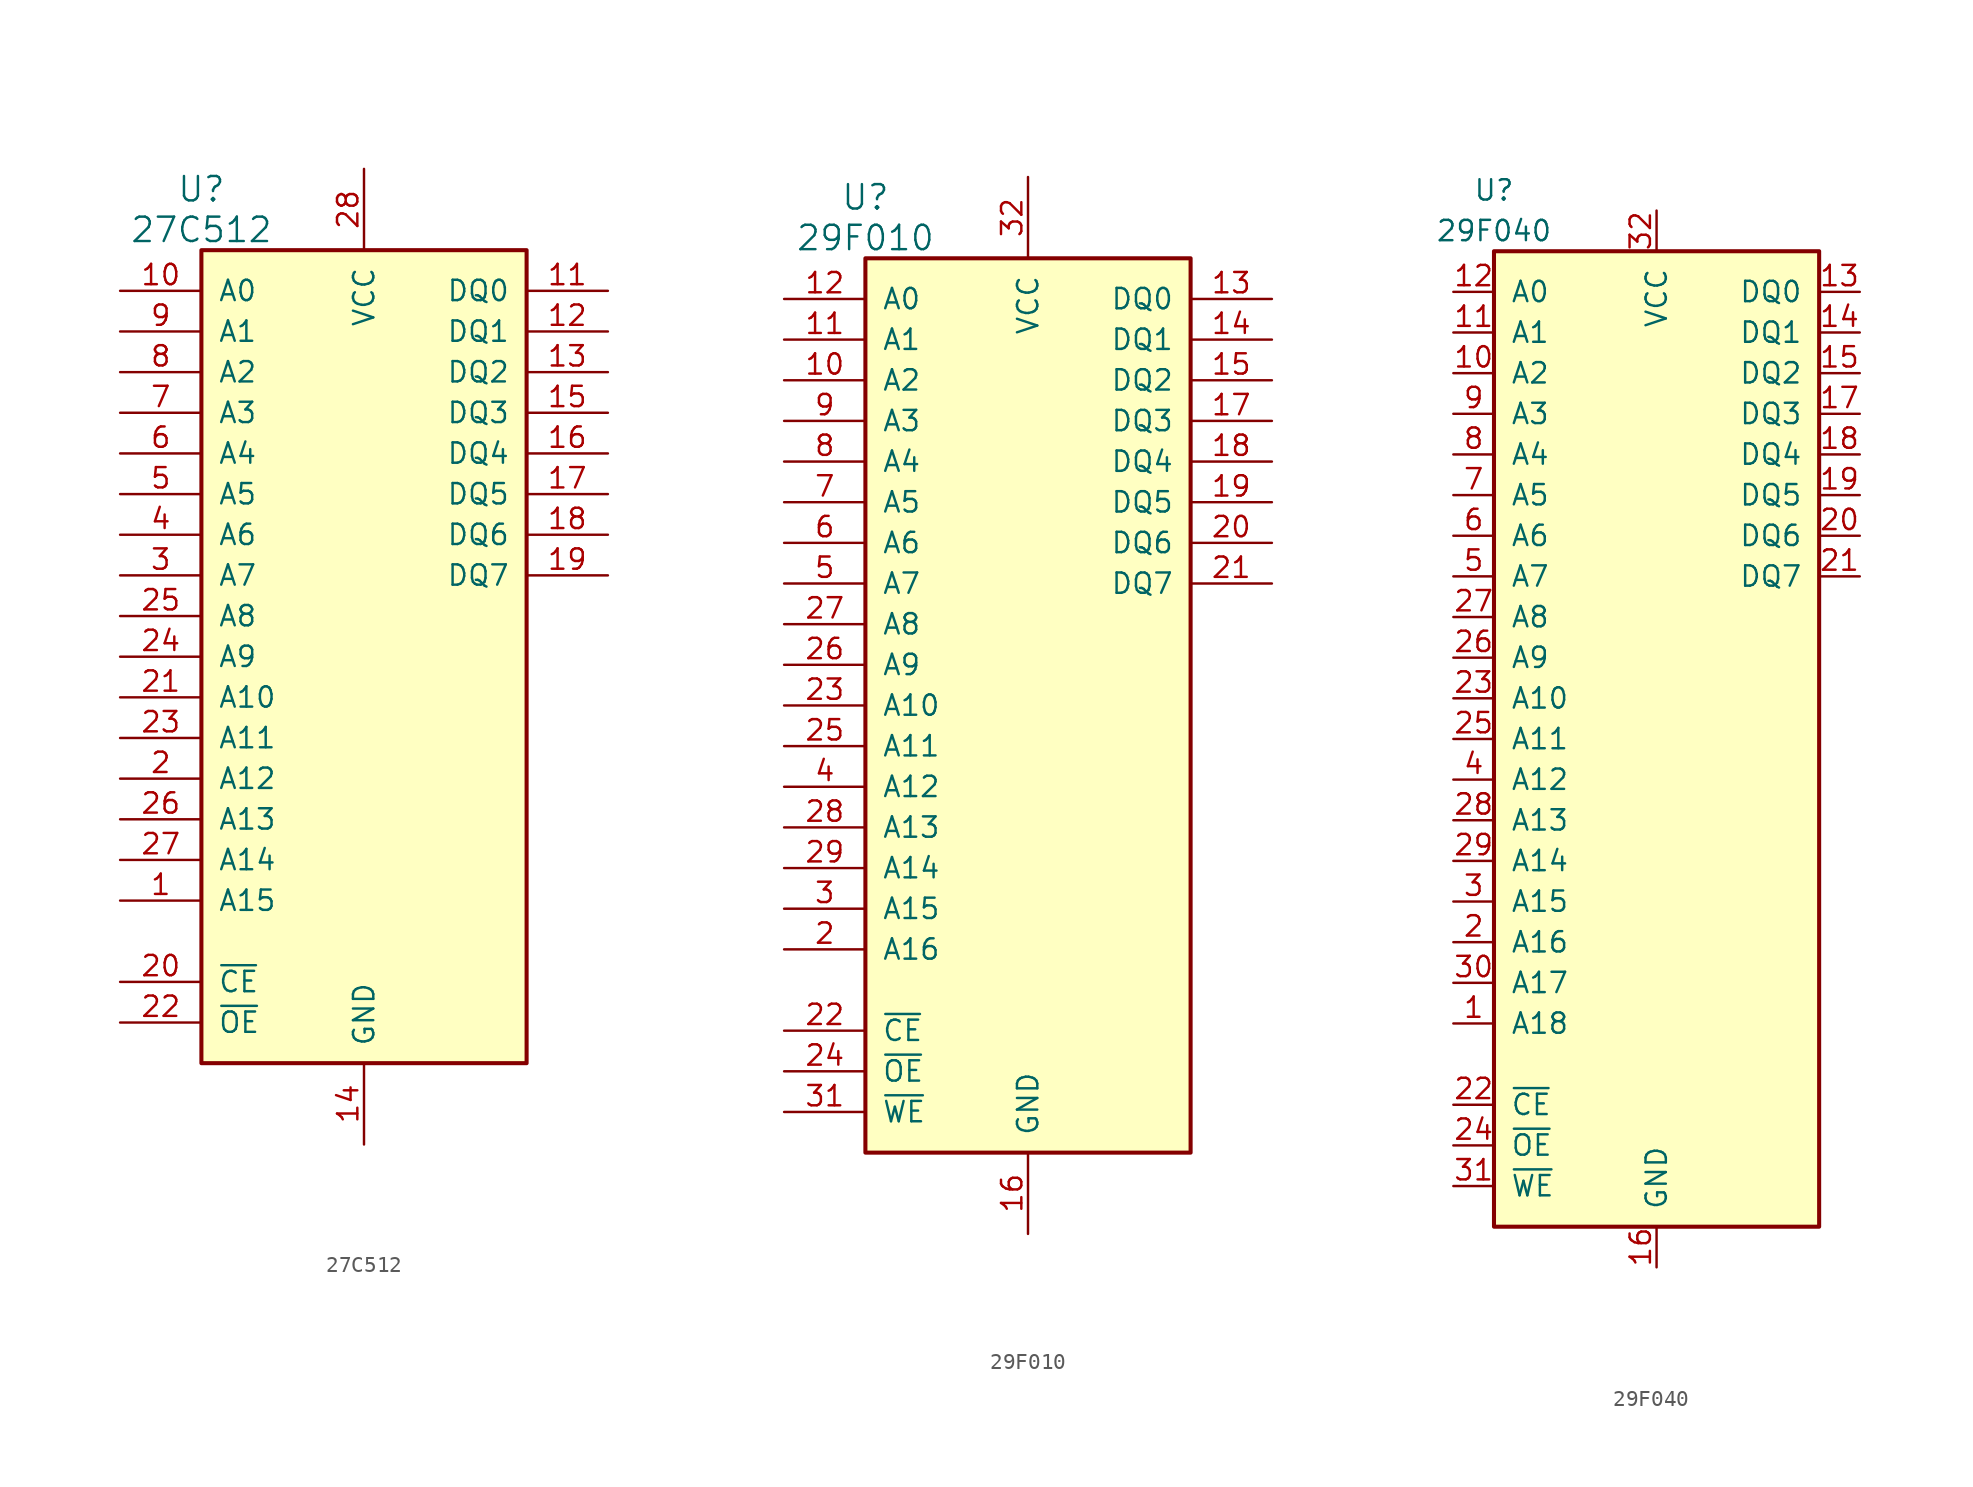
<source format=kicad_sym>
(kicad_symbol_lib
  (version 20211014)
  (generator kicad_symbol_editor)
  (symbol "27C512"
    (pin_names
      (offset 1.016))
    (property "Reference" "U"
      (at -10.16 29.21 0)
      (effects (font (size 1.524 1.524))))
    (property "Value" "27C512"
      (at -10.16 26.67 0)
      (effects (font (size 1.524 1.524))))
    (property "Footprint" ""
      (at 0 -1.27 0)
      (effects (font (size 1.524 1.524))))
    (property "Datasheet" ""
      (at 0 -1.27 0)
      (effects (font (size 1.524 1.524))))
    (symbol "27C512_0_1"
      (rectangle (start -10.16 25.4) (end 10.16 -25.4) (stroke (width 0.254) (type default) (color 0 0 0 0)) (fill (type background))))
    (symbol "27C512_1_1"
      (pin input line (at -15.24 -15.24 0) (length 5.08) (name "A15" (effects (font (size 1.27 1.27)))) (number "1" (effects (font (size 1.27 1.27)))))
      (pin input line (at -15.24 22.86 0) (length 5.08) (name "A0" (effects (font (size 1.27 1.27)))) (number "10" (effects (font (size 1.27 1.27)))))
      (pin bidirectional line (at 15.24 22.86 180) (length 5.08) (name "DQ0" (effects (font (size 1.27 1.27)))) (number "11" (effects (font (size 1.27 1.27)))))
      (pin bidirectional line (at 15.24 20.32 180) (length 5.08) (name "DQ1" (effects (font (size 1.27 1.27)))) (number "12" (effects (font (size 1.27 1.27)))))
      (pin bidirectional line (at 15.24 17.78 180) (length 5.08) (name "DQ2" (effects (font (size 1.27 1.27)))) (number "13" (effects (font (size 1.27 1.27)))))
      (pin power_in line (at 0 -30.48 90) (length 5.08) (name "GND" (effects (font (size 1.27 1.27)))) (number "14" (effects (font (size 1.27 1.27)))))
      (pin bidirectional line (at 15.24 15.24 180) (length 5.08) (name "DQ3" (effects (font (size 1.27 1.27)))) (number "15" (effects (font (size 1.27 1.27)))))
      (pin bidirectional line (at 15.24 12.7 180) (length 5.08) (name "DQ4" (effects (font (size 1.27 1.27)))) (number "16" (effects (font (size 1.27 1.27)))))
      (pin bidirectional line (at 15.24 10.16 180) (length 5.08) (name "DQ5" (effects (font (size 1.27 1.27)))) (number "17" (effects (font (size 1.27 1.27)))))
      (pin bidirectional line (at 15.24 7.62 180) (length 5.08) (name "DQ6" (effects (font (size 1.27 1.27)))) (number "18" (effects (font (size 1.27 1.27)))))
      (pin bidirectional line (at 15.24 5.08 180) (length 5.08) (name "DQ7" (effects (font (size 1.27 1.27)))) (number "19" (effects (font (size 1.27 1.27)))))
      (pin input line (at -15.24 -7.62 0) (length 5.08) (name "A12" (effects (font (size 1.27 1.27)))) (number "2" (effects (font (size 1.27 1.27)))))
      (pin input line (at -15.24 -20.32 0) (length 5.08) (name "~{CE}" (effects (font (size 1.27 1.27)))) (number "20" (effects (font (size 1.27 1.27)))))
      (pin input line (at -15.24 -2.54 0) (length 5.08) (name "A10" (effects (font (size 1.27 1.27)))) (number "21" (effects (font (size 1.27 1.27)))))
      (pin input line (at -15.24 -22.86 0) (length 5.08) (name "~{OE}" (effects (font (size 1.27 1.27)))) (number "22" (effects (font (size 1.27 1.27)))))
      (pin input line (at -15.24 -5.08 0) (length 5.08) (name "A11" (effects (font (size 1.27 1.27)))) (number "23" (effects (font (size 1.27 1.27)))))
      (pin input line (at -15.24 0 0) (length 5.08) (name "A9" (effects (font (size 1.27 1.27)))) (number "24" (effects (font (size 1.27 1.27)))))
      (pin input line (at -15.24 2.54 0) (length 5.08) (name "A8" (effects (font (size 1.27 1.27)))) (number "25" (effects (font (size 1.27 1.27)))))
      (pin input line (at -15.24 -10.16 0) (length 5.08) (name "A13" (effects (font (size 1.27 1.27)))) (number "26" (effects (font (size 1.27 1.27)))))
      (pin input line (at -15.24 -12.7 0) (length 5.08) (name "A14" (effects (font (size 1.27 1.27)))) (number "27" (effects (font (size 1.27 1.27)))))
      (pin power_in line (at 0 30.48 270) (length 5.08) (name "VCC" (effects (font (size 1.27 1.27)))) (number "28" (effects (font (size 1.27 1.27)))))
      (pin input line (at -15.24 5.08 0) (length 5.08) (name "A7" (effects (font (size 1.27 1.27)))) (number "3" (effects (font (size 1.27 1.27)))))
      (pin input line (at -15.24 7.62 0) (length 5.08) (name "A6" (effects (font (size 1.27 1.27)))) (number "4" (effects (font (size 1.27 1.27)))))
      (pin input line (at -15.24 10.16 0) (length 5.08) (name "A5" (effects (font (size 1.27 1.27)))) (number "5" (effects (font (size 1.27 1.27)))))
      (pin input line (at -15.24 12.7 0) (length 5.08) (name "A4" (effects (font (size 1.27 1.27)))) (number "6" (effects (font (size 1.27 1.27)))))
      (pin input line (at -15.24 15.24 0) (length 5.08) (name "A3" (effects (font (size 1.27 1.27)))) (number "7" (effects (font (size 1.27 1.27)))))
      (pin input line (at -15.24 17.78 0) (length 5.08) (name "A2" (effects (font (size 1.27 1.27)))) (number "8" (effects (font (size 1.27 1.27)))))
      (pin input line (at -15.24 20.32 0) (length 5.08) (name "A1" (effects (font (size 1.27 1.27)))) (number "9" (effects (font (size 1.27 1.27)))))))
  (symbol "29F010"
    (pin_names
      (offset 1.016))
    (property "Reference" "U"
      (at -10.16 31.75 0)
      (effects (font (size 1.524 1.524))))
    (property "Value" "29F010"
      (at -10.16 29.21 0)
      (effects (font (size 1.524 1.524))))
    (property "Datasheet" ""
      (at 0 -2.54 0)
      (effects (font (size 1.524 1.524))))
    (symbol "29F010_0_1"
      (rectangle (start 10.16 -27.94) (end -10.16 27.94) (stroke (width 0.254) (type default) (color 0 0 0 0)) (fill (type background))))
    (symbol "29F010_1_1"
      (pin input line (at -15.24 20.32 0) (length 5.08) (name "A2" (effects (font (size 1.27 1.27)))) (number "10" (effects (font (size 1.27 1.27)))))
      (pin input line (at -15.24 22.86 0) (length 5.08) (name "A1" (effects (font (size 1.27 1.27)))) (number "11" (effects (font (size 1.27 1.27)))))
      (pin input line (at -15.24 25.4 0) (length 5.08) (name "A0" (effects (font (size 1.27 1.27)))) (number "12" (effects (font (size 1.27 1.27)))))
      (pin bidirectional line (at 15.24 25.4 180) (length 5.08) (name "DQ0" (effects (font (size 1.27 1.27)))) (number "13" (effects (font (size 1.27 1.27)))))
      (pin bidirectional line (at 15.24 22.86 180) (length 5.08) (name "DQ1" (effects (font (size 1.27 1.27)))) (number "14" (effects (font (size 1.27 1.27)))))
      (pin bidirectional line (at 15.24 20.32 180) (length 5.08) (name "DQ2" (effects (font (size 1.27 1.27)))) (number "15" (effects (font (size 1.27 1.27)))))
      (pin power_in line (at 0 -33.02 90) (length 5.08) (name "GND" (effects (font (size 1.27 1.27)))) (number "16" (effects (font (size 1.27 1.27)))))
      (pin bidirectional line (at 15.24 17.78 180) (length 5.08) (name "DQ3" (effects (font (size 1.27 1.27)))) (number "17" (effects (font (size 1.27 1.27)))))
      (pin bidirectional line (at 15.24 15.24 180) (length 5.08) (name "DQ4" (effects (font (size 1.27 1.27)))) (number "18" (effects (font (size 1.27 1.27)))))
      (pin bidirectional line (at 15.24 12.7 180) (length 5.08) (name "DQ5" (effects (font (size 1.27 1.27)))) (number "19" (effects (font (size 1.27 1.27)))))
      (pin input line (at -15.24 -15.24 0) (length 5.08) (name "A16" (effects (font (size 1.27 1.27)))) (number "2" (effects (font (size 1.27 1.27)))))
      (pin bidirectional line (at 15.24 10.16 180) (length 5.08) (name "DQ6" (effects (font (size 1.27 1.27)))) (number "20" (effects (font (size 1.27 1.27)))))
      (pin bidirectional line (at 15.24 7.62 180) (length 5.08) (name "DQ7" (effects (font (size 1.27 1.27)))) (number "21" (effects (font (size 1.27 1.27)))))
      (pin input line (at -15.24 -20.32 0) (length 5.08) (name "~{CE}" (effects (font (size 1.27 1.27)))) (number "22" (effects (font (size 1.27 1.27)))))
      (pin input line (at -15.24 0 0) (length 5.08) (name "A10" (effects (font (size 1.27 1.27)))) (number "23" (effects (font (size 1.27 1.27)))))
      (pin input line (at -15.24 -22.86 0) (length 5.08) (name "~{OE}" (effects (font (size 1.27 1.27)))) (number "24" (effects (font (size 1.27 1.27)))))
      (pin input line (at -15.24 -2.54 0) (length 5.08) (name "A11" (effects (font (size 1.27 1.27)))) (number "25" (effects (font (size 1.27 1.27)))))
      (pin input line (at -15.24 2.54 0) (length 5.08) (name "A9" (effects (font (size 1.27 1.27)))) (number "26" (effects (font (size 1.27 1.27)))))
      (pin input line (at -15.24 5.08 0) (length 5.08) (name "A8" (effects (font (size 1.27 1.27)))) (number "27" (effects (font (size 1.27 1.27)))))
      (pin input line (at -15.24 -7.62 0) (length 5.08) (name "A13" (effects (font (size 1.27 1.27)))) (number "28" (effects (font (size 1.27 1.27)))))
      (pin input line (at -15.24 -10.16 0) (length 5.08) (name "A14" (effects (font (size 1.27 1.27)))) (number "29" (effects (font (size 1.27 1.27)))))
      (pin input line (at -15.24 -12.7 0) (length 5.08) (name "A15" (effects (font (size 1.27 1.27)))) (number "3" (effects (font (size 1.27 1.27)))))
      (pin input line (at -15.24 -25.4 0) (length 5.08) (name "~{WE}" (effects (font (size 1.27 1.27)))) (number "31" (effects (font (size 1.27 1.27)))))
      (pin power_in line (at 0 33.02 270) (length 5.08) (name "VCC" (effects (font (size 1.27 1.27)))) (number "32" (effects (font (size 1.27 1.27)))))
      (pin input line (at -15.24 -5.08 0) (length 5.08) (name "A12" (effects (font (size 1.27 1.27)))) (number "4" (effects (font (size 1.27 1.27)))))
      (pin input line (at -15.24 7.62 0) (length 5.08) (name "A7" (effects (font (size 1.27 1.27)))) (number "5" (effects (font (size 1.27 1.27)))))
      (pin input line (at -15.24 10.16 0) (length 5.08) (name "A6" (effects (font (size 1.27 1.27)))) (number "6" (effects (font (size 1.27 1.27)))))
      (pin input line (at -15.24 12.7 0) (length 5.08) (name "A5" (effects (font (size 1.27 1.27)))) (number "7" (effects (font (size 1.27 1.27)))))
      (pin input line (at -15.24 15.24 0) (length 5.08) (name "A4" (effects (font (size 1.27 1.27)))) (number "8" (effects (font (size 1.27 1.27)))))
      (pin input line (at -15.24 17.78 0) (length 5.08) (name "A3" (effects (font (size 1.27 1.27)))) (number "9" (effects (font (size 1.27 1.27)))))))
  (symbol "29F040"
    (pin_names
      (offset 1.016))
    (property "Reference" "U"
      (at -10.16 34.29 0)
      (effects (font (size 1.27 1.27))))
    (property "Value" "29F040"
      (at -10.16 31.75 0)
      (effects (font (size 1.27 1.27))))
    (property "Footprint" ""
      (at 0 0 0)
      (effects (font (size 1.524 1.524))))
    (property "Datasheet" ""
      (at 0 0 0)
      (effects (font (size 1.524 1.524))))
    (symbol "29F040_0_1"
      (rectangle (start 10.16 -30.48) (end -10.16 30.48) (stroke (width 0.254) (type default) (color 0 0 0 0)) (fill (type background))))
    (symbol "29F040_1_1"
      (pin input line (at -12.7 -17.78 0) (length 2.54) (name "A18" (effects (font (size 1.27 1.27)))) (number "1" (effects (font (size 1.27 1.27)))))
      (pin input line (at -12.7 22.86 0) (length 2.54) (name "A2" (effects (font (size 1.27 1.27)))) (number "10" (effects (font (size 1.27 1.27)))))
      (pin input line (at -12.7 25.4 0) (length 2.54) (name "A1" (effects (font (size 1.27 1.27)))) (number "11" (effects (font (size 1.27 1.27)))))
      (pin input line (at -12.7 27.94 0) (length 2.54) (name "A0" (effects (font (size 1.27 1.27)))) (number "12" (effects (font (size 1.27 1.27)))))
      (pin bidirectional line (at 12.7 27.94 180) (length 2.54) (name "DQ0" (effects (font (size 1.27 1.27)))) (number "13" (effects (font (size 1.27 1.27)))))
      (pin bidirectional line (at 12.7 25.4 180) (length 2.54) (name "DQ1" (effects (font (size 1.27 1.27)))) (number "14" (effects (font (size 1.27 1.27)))))
      (pin bidirectional line (at 12.7 22.86 180) (length 2.54) (name "DQ2" (effects (font (size 1.27 1.27)))) (number "15" (effects (font (size 1.27 1.27)))))
      (pin power_in line (at 0 -33.02 90) (length 2.54) (name "GND" (effects (font (size 1.27 1.27)))) (number "16" (effects (font (size 1.27 1.27)))))
      (pin bidirectional line (at 12.7 20.32 180) (length 2.54) (name "DQ3" (effects (font (size 1.27 1.27)))) (number "17" (effects (font (size 1.27 1.27)))))
      (pin bidirectional line (at 12.7 17.78 180) (length 2.54) (name "DQ4" (effects (font (size 1.27 1.27)))) (number "18" (effects (font (size 1.27 1.27)))))
      (pin bidirectional line (at 12.7 15.24 180) (length 2.54) (name "DQ5" (effects (font (size 1.27 1.27)))) (number "19" (effects (font (size 1.27 1.27)))))
      (pin input line (at -12.7 -12.7 0) (length 2.54) (name "A16" (effects (font (size 1.27 1.27)))) (number "2" (effects (font (size 1.27 1.27)))))
      (pin bidirectional line (at 12.7 12.7 180) (length 2.54) (name "DQ6" (effects (font (size 1.27 1.27)))) (number "20" (effects (font (size 1.27 1.27)))))
      (pin bidirectional line (at 12.7 10.16 180) (length 2.54) (name "DQ7" (effects (font (size 1.27 1.27)))) (number "21" (effects (font (size 1.27 1.27)))))
      (pin input line (at -12.7 -22.86 0) (length 2.54) (name "~{CE}" (effects (font (size 1.27 1.27)))) (number "22" (effects (font (size 1.27 1.27)))))
      (pin input line (at -12.7 2.54 0) (length 2.54) (name "A10" (effects (font (size 1.27 1.27)))) (number "23" (effects (font (size 1.27 1.27)))))
      (pin input line (at -12.7 -25.4 0) (length 2.54) (name "~{OE}" (effects (font (size 1.27 1.27)))) (number "24" (effects (font (size 1.27 1.27)))))
      (pin input line (at -12.7 0 0) (length 2.54) (name "A11" (effects (font (size 1.27 1.27)))) (number "25" (effects (font (size 1.27 1.27)))))
      (pin input line (at -12.7 5.08 0) (length 2.54) (name "A9" (effects (font (size 1.27 1.27)))) (number "26" (effects (font (size 1.27 1.27)))))
      (pin input line (at -12.7 7.62 0) (length 2.54) (name "A8" (effects (font (size 1.27 1.27)))) (number "27" (effects (font (size 1.27 1.27)))))
      (pin input line (at -12.7 -5.08 0) (length 2.54) (name "A13" (effects (font (size 1.27 1.27)))) (number "28" (effects (font (size 1.27 1.27)))))
      (pin input line (at -12.7 -7.62 0) (length 2.54) (name "A14" (effects (font (size 1.27 1.27)))) (number "29" (effects (font (size 1.27 1.27)))))
      (pin input line (at -12.7 -10.16 0) (length 2.54) (name "A15" (effects (font (size 1.27 1.27)))) (number "3" (effects (font (size 1.27 1.27)))))
      (pin input line (at -12.7 -15.24 0) (length 2.54) (name "A17" (effects (font (size 1.27 1.27)))) (number "30" (effects (font (size 1.27 1.27)))))
      (pin input line (at -12.7 -27.94 0) (length 2.54) (name "~{WE}" (effects (font (size 1.27 1.27)))) (number "31" (effects (font (size 1.27 1.27)))))
      (pin power_in line (at 0 33.02 270) (length 2.54) (name "VCC" (effects (font (size 1.27 1.27)))) (number "32" (effects (font (size 1.27 1.27)))))
      (pin input line (at -12.7 -2.54 0) (length 2.54) (name "A12" (effects (font (size 1.27 1.27)))) (number "4" (effects (font (size 1.27 1.27)))))
      (pin input line (at -12.7 10.16 0) (length 2.54) (name "A7" (effects (font (size 1.27 1.27)))) (number "5" (effects (font (size 1.27 1.27)))))
      (pin input line (at -12.7 12.7 0) (length 2.54) (name "A6" (effects (font (size 1.27 1.27)))) (number "6" (effects (font (size 1.27 1.27)))))
      (pin input line (at -12.7 15.24 0) (length 2.54) (name "A5" (effects (font (size 1.27 1.27)))) (number "7" (effects (font (size 1.27 1.27)))))
      (pin input line (at -12.7 17.78 0) (length 2.54) (name "A4" (effects (font (size 1.27 1.27)))) (number "8" (effects (font (size 1.27 1.27)))))
      (pin input line (at -12.7 20.32 0) (length 2.54) (name "A3" (effects (font (size 1.27 1.27)))) (number "9" (effects (font (size 1.27 1.27))))))))
</source>
